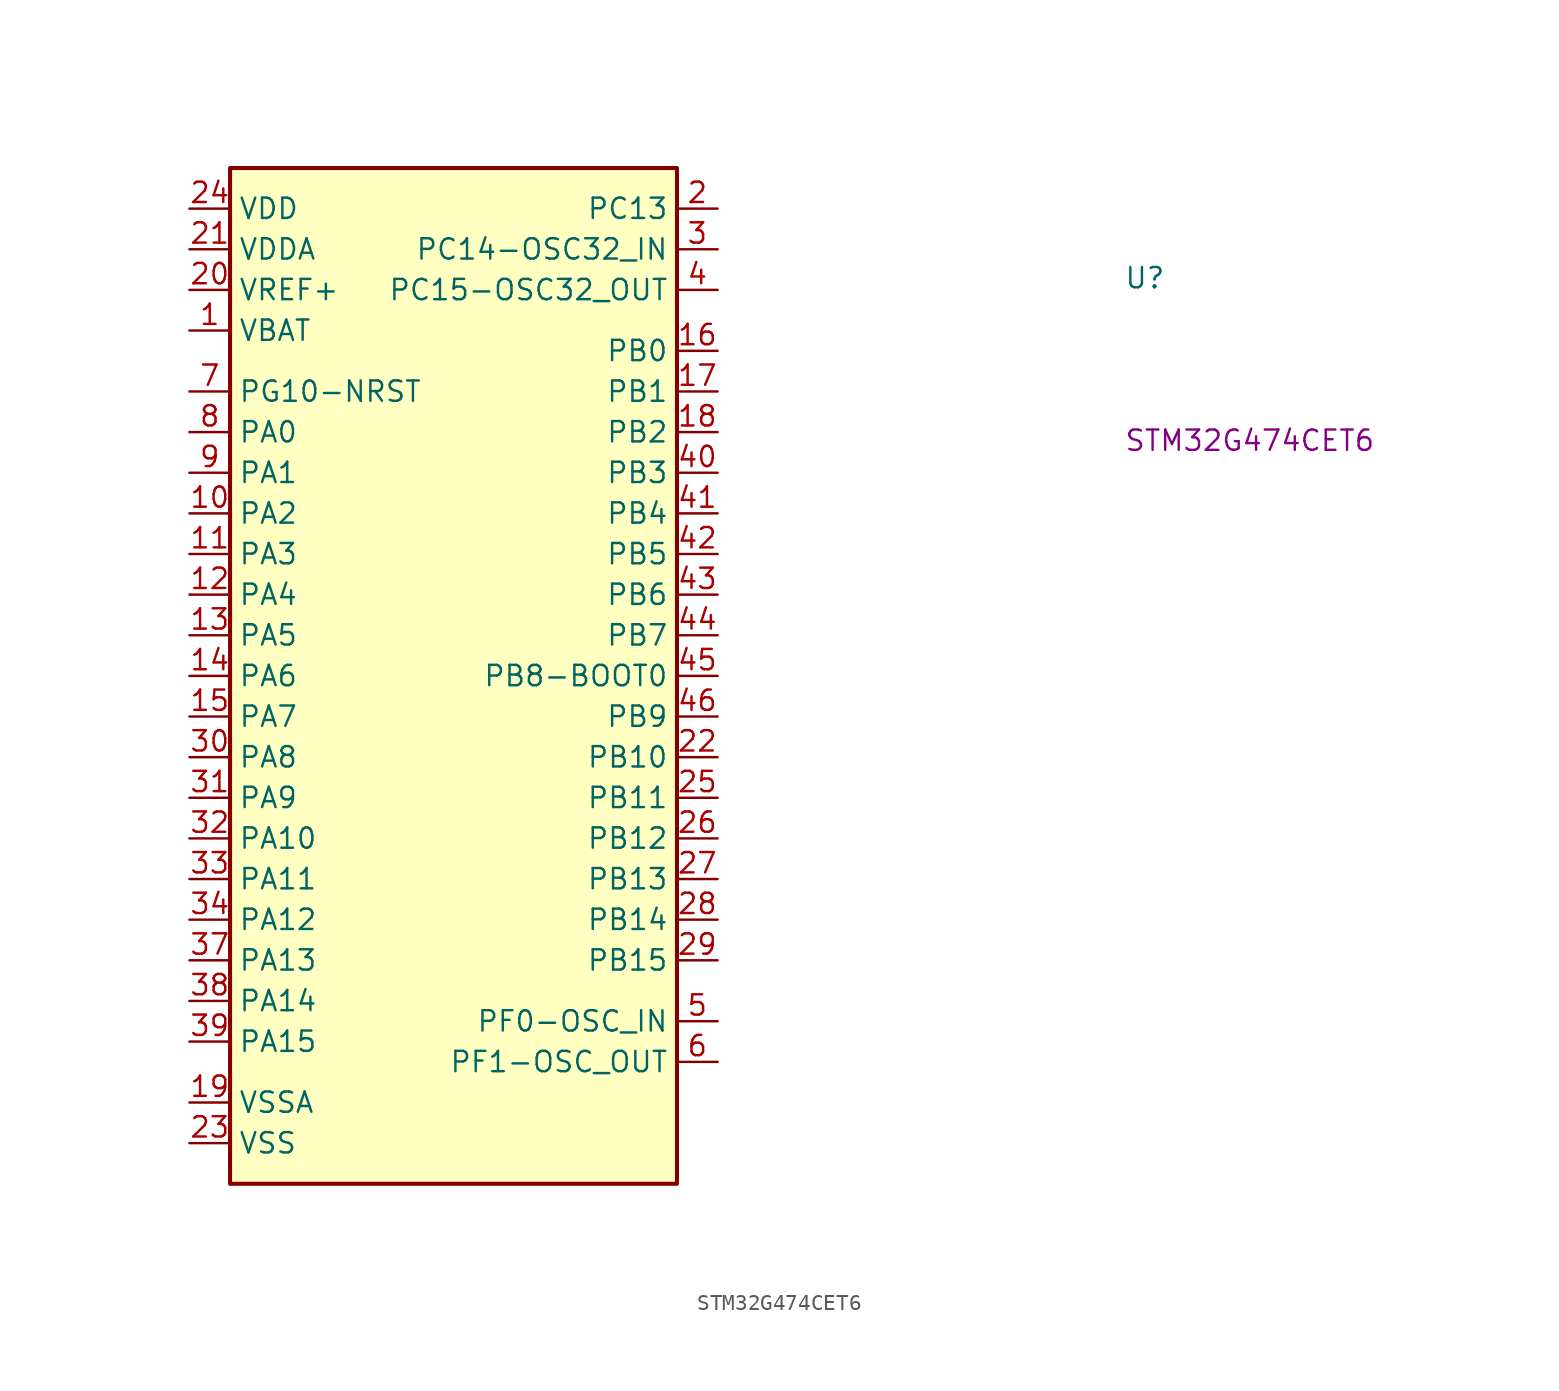
<source format=kicad_sym>
(kicad_symbol_lib
  (version 20220914)
  (generator kicad_symbol_editor)
  (symbol "STM32G474CET6"
    (property "Reference" "U"
      (at 58.42 -5.08 0)
      (effects (font (size 1.27 1.27) (thickness 0.15)) (justify left bottom)))
    (property "MPN" "STM32G474CET6"
      (at 58.42 -15.24 0)
      (effects (font (size 1.27 1.27) (thickness 0.15)) (justify left bottom)))
    (symbol "STM32G474CET6_1_1"
      (rectangle (start 2.54 2.54) (end 30.48 -60.96) (stroke (width 0.254) (type default)) (fill (type background)))
      (pin power_in line (at 0 -7.62 0) (length 2.54) (name "VBAT" (effects (font (size 1.27 1.27)))) (number "1" (effects (font (size 1.27 1.27)))))
      (pin bidirectional line (at 0 -19.05 0) (length 2.54) (name "PA2" (effects (font (size 1.27 1.27)))) (number "10" (effects (font (size 1.27 1.27)))))
      (pin bidirectional line (at 0 -21.59 0) (length 2.54) (name "PA3" (effects (font (size 1.27 1.27)))) (number "11" (effects (font (size 1.27 1.27)))))
      (pin bidirectional line (at 0 -24.13 0) (length 2.54) (name "PA4" (effects (font (size 1.27 1.27)))) (number "12" (effects (font (size 1.27 1.27)))))
      (pin bidirectional line (at 0 -26.67 0) (length 2.54) (name "PA5" (effects (font (size 1.27 1.27)))) (number "13" (effects (font (size 1.27 1.27)))))
      (pin bidirectional line (at 0 -29.21 0) (length 2.54) (name "PA6" (effects (font (size 1.27 1.27)))) (number "14" (effects (font (size 1.27 1.27)))))
      (pin bidirectional line (at 0 -31.75 0) (length 2.54) (name "PA7" (effects (font (size 1.27 1.27)))) (number "15" (effects (font (size 1.27 1.27)))))
      (pin bidirectional line (at 33.02 -8.89 180) (length 2.54) (name "PB0" (effects (font (size 1.27 1.27)))) (number "16" (effects (font (size 1.27 1.27)))))
      (pin bidirectional line (at 33.02 -11.43 180) (length 2.54) (name "PB1" (effects (font (size 1.27 1.27)))) (number "17" (effects (font (size 1.27 1.27)))))
      (pin bidirectional line (at 33.02 -13.97 180) (length 2.54) (name "PB2" (effects (font (size 1.27 1.27)))) (number "18" (effects (font (size 1.27 1.27)))))
      (pin power_in line (at 0 -55.88 0) (length 2.54) (name "VSSA" (effects (font (size 1.27 1.27)))) (number "19" (effects (font (size 1.27 1.27)))))
      (pin bidirectional line (at 33.02 0 180) (length 2.54) (name "PC13" (effects (font (size 1.27 1.27)))) (number "2" (effects (font (size 1.27 1.27)))))
      (pin passive line (at 0 -5.08 0) (length 2.54) (name "VREF+" (effects (font (size 1.27 1.27)))) (number "20" (effects (font (size 1.27 1.27)))))
      (pin power_in line (at 0 -2.54 0) (length 2.54) (name "VDDA" (effects (font (size 1.27 1.27)))) (number "21" (effects (font (size 1.27 1.27)))))
      (pin bidirectional line (at 33.02 -34.29 180) (length 2.54) (name "PB10" (effects (font (size 1.27 1.27)))) (number "22" (effects (font (size 1.27 1.27)))))
      (pin power_in line (at 0 -58.42 0) (length 2.54) (name "VSS" (effects (font (size 1.27 1.27)))) (number "23" (effects (font (size 1.27 1.27)))))
      (pin power_in line (at 0 0 0) (length 2.54) (name "VDD" (effects (font (size 1.27 1.27)))) (number "24" (effects (font (size 1.27 1.27)))))
      (pin bidirectional line (at 33.02 -36.83 180) (length 2.54) (name "PB11" (effects (font (size 1.27 1.27)))) (number "25" (effects (font (size 1.27 1.27)))))
      (pin bidirectional line (at 33.02 -39.37 180) (length 2.54) (name "PB12" (effects (font (size 1.27 1.27)))) (number "26" (effects (font (size 1.27 1.27)))))
      (pin bidirectional line (at 33.02 -41.91 180) (length 2.54) (name "PB13" (effects (font (size 1.27 1.27)))) (number "27" (effects (font (size 1.27 1.27)))))
      (pin bidirectional line (at 33.02 -44.45 180) (length 2.54) (name "PB14" (effects (font (size 1.27 1.27)))) (number "28" (effects (font (size 1.27 1.27)))))
      (pin bidirectional line (at 33.02 -46.99 180) (length 2.54) (name "PB15" (effects (font (size 1.27 1.27)))) (number "29" (effects (font (size 1.27 1.27)))))
      (pin bidirectional line (at 33.02 -2.54 180) (length 2.54) (name "PC14-OSC32_IN" (effects (font (size 1.27 1.27)))) (number "3" (effects (font (size 1.27 1.27)))))
      (pin bidirectional line (at 0 -34.29 0) (length 2.54) (name "PA8" (effects (font (size 1.27 1.27)))) (number "30" (effects (font (size 1.27 1.27)))))
      (pin bidirectional line (at 0 -36.83 0) (length 2.54) (name "PA9" (effects (font (size 1.27 1.27)))) (number "31" (effects (font (size 1.27 1.27)))))
      (pin bidirectional line (at 0 -39.37 0) (length 2.54) (name "PA10" (effects (font (size 1.27 1.27)))) (number "32" (effects (font (size 1.27 1.27)))))
      (pin bidirectional line (at 0 -41.91 0) (length 2.54) (name "PA11" (effects (font (size 1.27 1.27)))) (number "33" (effects (font (size 1.27 1.27)))))
      (pin bidirectional line (at 0 -44.45 0) (length 2.54) (name "PA12" (effects (font (size 1.27 1.27)))) (number "34" (effects (font (size 1.27 1.27)))))
      (pin passive line (at 0 -58.42 0) (length 2.54) hide (name "VSS" (effects (font (size 1.27 1.27)))) (number "35" (effects (font (size 1.27 1.27)))))
      (pin passive line (at 0 0 0) (length 2.54) hide (name "VDD" (effects (font (size 1.27 1.27)))) (number "36" (effects (font (size 1.27 1.27)))))
      (pin bidirectional line (at 0 -46.99 0) (length 2.54) (name "PA13" (effects (font (size 1.27 1.27)))) (number "37" (effects (font (size 1.27 1.27)))))
      (pin bidirectional line (at 0 -49.53 0) (length 2.54) (name "PA14" (effects (font (size 1.27 1.27)))) (number "38" (effects (font (size 1.27 1.27)))))
      (pin bidirectional line (at 0 -52.07 0) (length 2.54) (name "PA15" (effects (font (size 1.27 1.27)))) (number "39" (effects (font (size 1.27 1.27)))))
      (pin bidirectional line (at 33.02 -5.08 180) (length 2.54) (name "PC15-OSC32_OUT" (effects (font (size 1.27 1.27)))) (number "4" (effects (font (size 1.27 1.27)))))
      (pin bidirectional line (at 33.02 -16.51 180) (length 2.54) (name "PB3" (effects (font (size 1.27 1.27)))) (number "40" (effects (font (size 1.27 1.27)))))
      (pin bidirectional line (at 33.02 -19.05 180) (length 2.54) (name "PB4" (effects (font (size 1.27 1.27)))) (number "41" (effects (font (size 1.27 1.27)))))
      (pin bidirectional line (at 33.02 -21.59 180) (length 2.54) (name "PB5" (effects (font (size 1.27 1.27)))) (number "42" (effects (font (size 1.27 1.27)))))
      (pin bidirectional line (at 33.02 -24.13 180) (length 2.54) (name "PB6" (effects (font (size 1.27 1.27)))) (number "43" (effects (font (size 1.27 1.27)))))
      (pin bidirectional line (at 33.02 -26.67 180) (length 2.54) (name "PB7" (effects (font (size 1.27 1.27)))) (number "44" (effects (font (size 1.27 1.27)))))
      (pin bidirectional line (at 33.02 -29.21 180) (length 2.54) (name "PB8-BOOT0" (effects (font (size 1.27 1.27)))) (number "45" (effects (font (size 1.27 1.27)))))
      (pin bidirectional line (at 33.02 -31.75 180) (length 2.54) (name "PB9" (effects (font (size 1.27 1.27)))) (number "46" (effects (font (size 1.27 1.27)))))
      (pin passive line (at 0 -58.42 0) (length 2.54) hide (name "VSS" (effects (font (size 1.27 1.27)))) (number "47" (effects (font (size 1.27 1.27)))))
      (pin passive line (at 0 0 0) (length 2.54) hide (name "VDD" (effects (font (size 1.27 1.27)))) (number "48" (effects (font (size 1.27 1.27)))))
      (pin bidirectional line (at 33.02 -50.8 180) (length 2.54) (name "PF0-OSC_IN" (effects (font (size 1.27 1.27)))) (number "5" (effects (font (size 1.27 1.27)))))
      (pin bidirectional line (at 33.02 -53.34 180) (length 2.54) (name "PF1-OSC_OUT" (effects (font (size 1.27 1.27)))) (number "6" (effects (font (size 1.27 1.27)))))
      (pin bidirectional line (at 0 -11.43 0) (length 2.54) (name "PG10-NRST" (effects (font (size 1.27 1.27)))) (number "7" (effects (font (size 1.27 1.27)))))
      (pin bidirectional line (at 0 -13.97 0) (length 2.54) (name "PA0" (effects (font (size 1.27 1.27)))) (number "8" (effects (font (size 1.27 1.27)))))
      (pin bidirectional line (at 0 -16.51 0) (length 2.54) (name "PA1" (effects (font (size 1.27 1.27)))) (number "9" (effects (font (size 1.27 1.27))))))))
</source>
